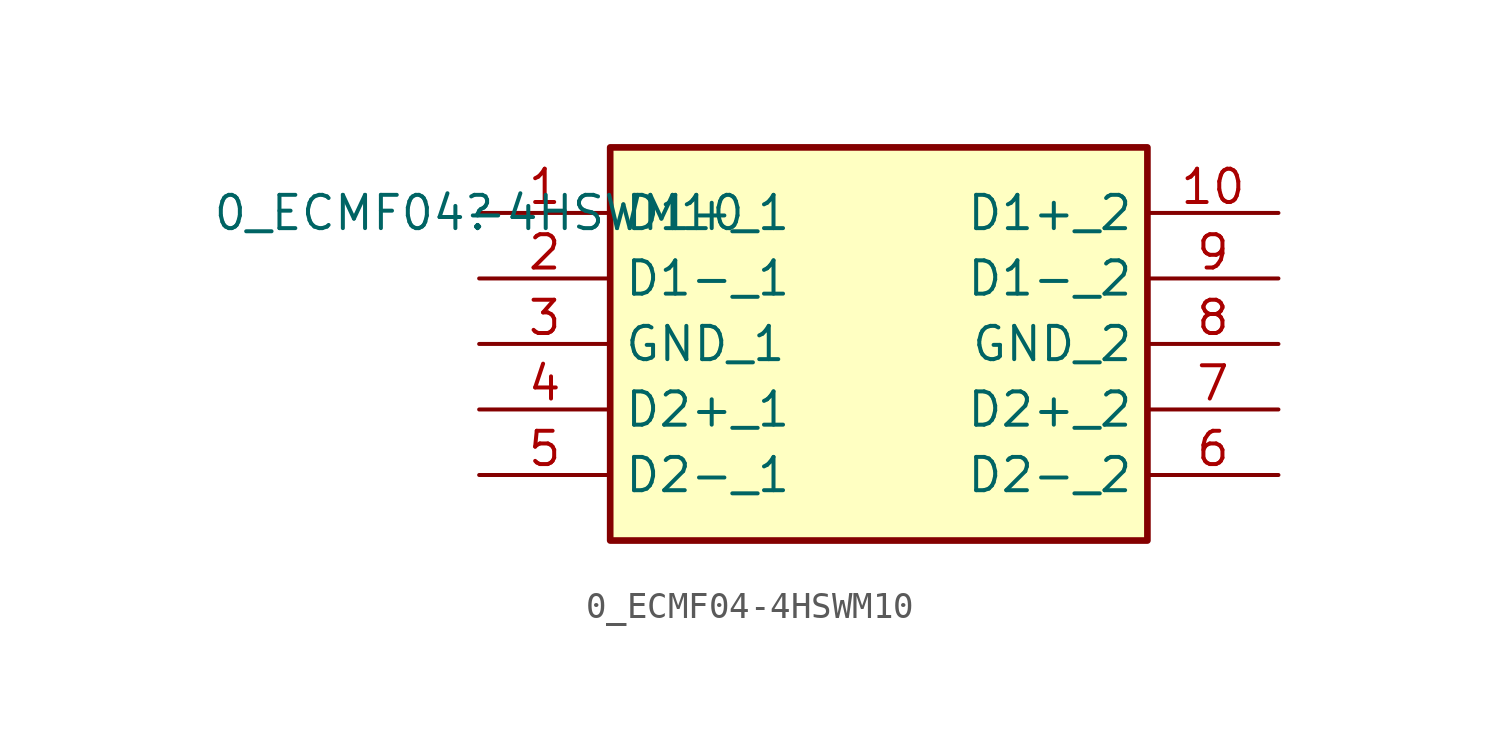
<source format=kicad_sym>
(kicad_symbol_lib
  (version 20210619)
  (generator kicad_symbol_editor)
  (symbol "e-verest-altium-import:0_ECMF04-4HSWM10"
    (property "Reference" ""
      (at 0 0 0)
      (effects (font (size 1.27 1.27))))
    (property "Value" "0_ECMF04-4HSWM10"
      (at 0 0 0)
      (effects (font (size 1.27 1.27))))
    (symbol "0_ECMF04-4HSWM10_1_0"
      (rectangle (start 25.5 2.5) (end 5 -12.5) (stroke (width 0.254)) (fill (type background)))
      (pin passive line (at 30.5 -10 180) (length 5) (name "D2-_2" (effects (font (size 1.27 1.27)))) (number "6" (effects (font (size 1.27 1.27)))))
      (pin passive line (at 0 0 0) (length 5) (name "D1+_1" (effects (font (size 1.27 1.27)))) (number "1" (effects (font (size 1.27 1.27)))))
      (pin passive line (at 30.5 0 180) (length 5) (name "D1+_2" (effects (font (size 1.27 1.27)))) (number "10" (effects (font (size 1.27 1.27)))))
      (pin passive line (at 0 -2.5 0) (length 5) (name "D1-_1" (effects (font (size 1.27 1.27)))) (number "2" (effects (font (size 1.27 1.27)))))
      (pin passive line (at 0 -5 0) (length 5) (name "GND_1" (effects (font (size 1.27 1.27)))) (number "3" (effects (font (size 1.27 1.27)))))
      (pin passive line (at 0 -7.5 0) (length 5) (name "D2+_1" (effects (font (size 1.27 1.27)))) (number "4" (effects (font (size 1.27 1.27)))))
      (pin passive line (at 0 -10 0) (length 5) (name "D2-_1" (effects (font (size 1.27 1.27)))) (number "5" (effects (font (size 1.27 1.27)))))
      (pin passive line (at 30.5 -7.5 180) (length 5) (name "D2+_2" (effects (font (size 1.27 1.27)))) (number "7" (effects (font (size 1.27 1.27)))))
      (pin passive line (at 30.5 -5 180) (length 5) (name "GND_2" (effects (font (size 1.27 1.27)))) (number "8" (effects (font (size 1.27 1.27)))))
      (pin passive line (at 30.5 -2.5 180) (length 5) (name "D1-_2" (effects (font (size 1.27 1.27)))) (number "9" (effects (font (size 1.27 1.27))))))))
</source>
